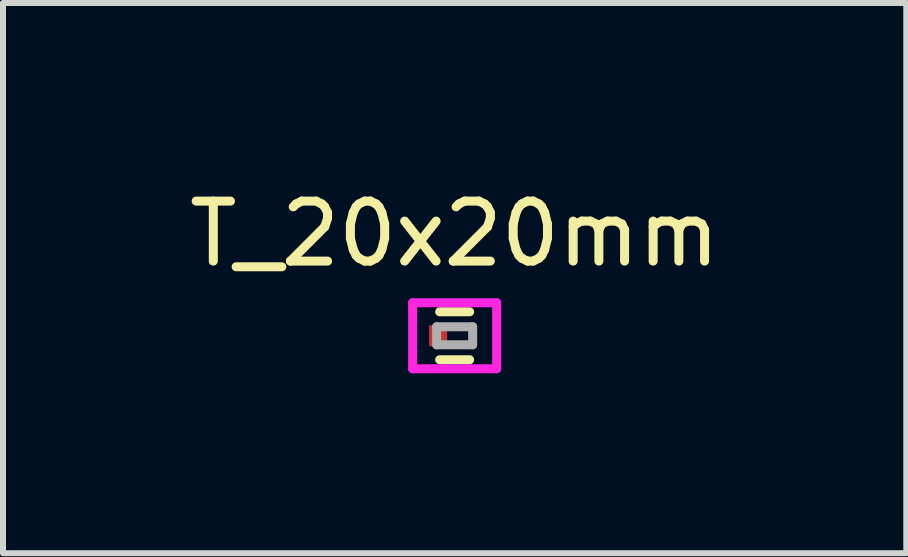
<source format=kicad_pcb>
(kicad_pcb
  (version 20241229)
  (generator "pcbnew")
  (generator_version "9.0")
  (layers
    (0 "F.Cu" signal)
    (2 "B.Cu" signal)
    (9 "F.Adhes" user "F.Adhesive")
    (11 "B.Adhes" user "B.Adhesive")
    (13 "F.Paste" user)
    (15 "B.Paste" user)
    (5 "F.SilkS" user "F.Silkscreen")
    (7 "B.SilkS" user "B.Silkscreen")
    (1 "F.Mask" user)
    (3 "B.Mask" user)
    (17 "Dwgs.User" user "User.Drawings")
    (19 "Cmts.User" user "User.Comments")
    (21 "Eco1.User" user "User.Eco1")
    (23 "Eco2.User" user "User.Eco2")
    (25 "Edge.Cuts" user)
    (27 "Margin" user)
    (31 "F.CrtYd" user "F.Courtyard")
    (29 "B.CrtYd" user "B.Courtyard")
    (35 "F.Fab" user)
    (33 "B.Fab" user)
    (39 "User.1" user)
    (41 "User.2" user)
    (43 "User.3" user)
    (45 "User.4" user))
  (footprint "T_20x20mm"
    (layer "F.Cu")
    (at 4.53 2.548)
    (property "Reference" "T_20x20mm" (at 0 -1.7 0) (layer "F.SilkS") (effects (font (size 1 1) (thickness 0.15))))
    (attr through_hole)
    (fp_line (start -0.25 -0.4) (end 0.25 -0.4) (stroke (width 0.15) (type solid)) (layer "F.SilkS"))
    (fp_line (start 0.25 0.4) (end -0.25 0.4) (stroke (width 0.15) (type solid)) (layer "F.SilkS"))
    (fp_line (start -0.7 -0.55) (end -0.7 0.55) (stroke (width 0.15) (type solid)) (layer "F.CrtYd"))
    (fp_line (start -0.7 -0.55) (end 0.7 -0.55) (stroke (width 0.15) (type solid)) (layer "F.CrtYd"))
    (fp_line (start -0.7 0.55) (end 0.7 0.55) (stroke (width 0.15) (type solid)) (layer "F.CrtYd"))
    (fp_line (start 0.7 -0.55) (end 0.7 0.55) (stroke (width 0.15) (type solid)) (layer "F.CrtYd"))
    (fp_line (start -0.3 -0.15) (end 0.3 -0.15) (stroke (width 0.15) (type solid)) (layer "F.Fab"))
    (fp_line (start -0.3 0.15) (end -0.3 -0.15) (stroke (width 0.15) (type solid)) (layer "F.Fab"))
    (fp_line (start 0.3 -0.15) (end 0.3 0.15) (stroke (width 0.15) (type solid)) (layer "F.Fab"))
    (fp_line (start 0.3 0.15) (end -0.3 0.15) (stroke (width 0.15) (type solid)) (layer "F.Fab"))
    (pad "1" smd rect (at -0.275 0) (size 0.3 0.35) (layers "F.Cu" "F.Mask" "F.Paste")))
  (gr_rect
    (start -3 -3)
    (end 12.06 6.173)
    (stroke (width 0.1) (type default))
    (fill no)
    (layer "Edge.Cuts")))
</source>
